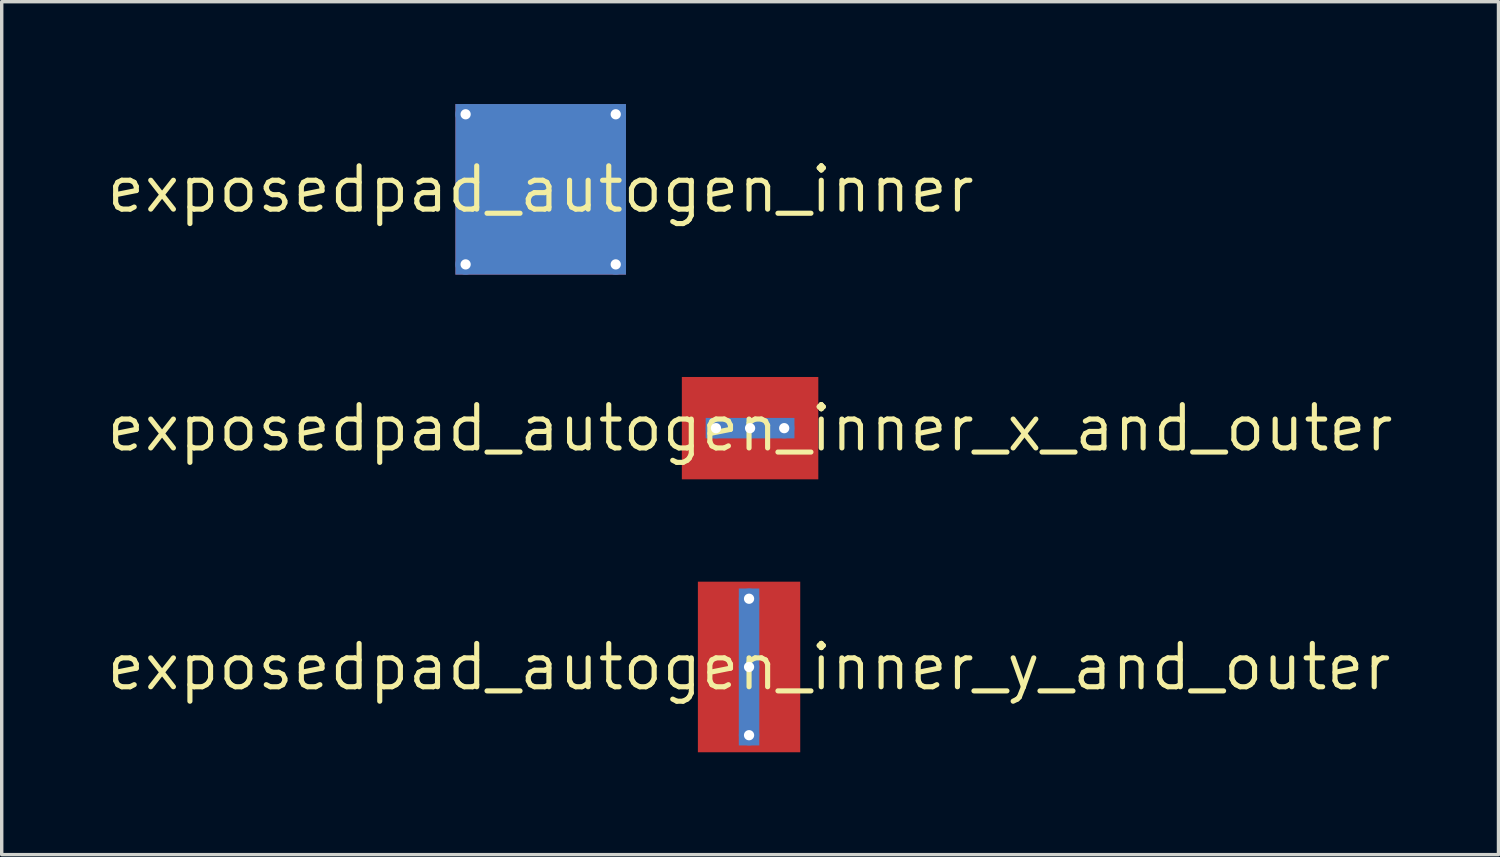
<source format=kicad_pcb>
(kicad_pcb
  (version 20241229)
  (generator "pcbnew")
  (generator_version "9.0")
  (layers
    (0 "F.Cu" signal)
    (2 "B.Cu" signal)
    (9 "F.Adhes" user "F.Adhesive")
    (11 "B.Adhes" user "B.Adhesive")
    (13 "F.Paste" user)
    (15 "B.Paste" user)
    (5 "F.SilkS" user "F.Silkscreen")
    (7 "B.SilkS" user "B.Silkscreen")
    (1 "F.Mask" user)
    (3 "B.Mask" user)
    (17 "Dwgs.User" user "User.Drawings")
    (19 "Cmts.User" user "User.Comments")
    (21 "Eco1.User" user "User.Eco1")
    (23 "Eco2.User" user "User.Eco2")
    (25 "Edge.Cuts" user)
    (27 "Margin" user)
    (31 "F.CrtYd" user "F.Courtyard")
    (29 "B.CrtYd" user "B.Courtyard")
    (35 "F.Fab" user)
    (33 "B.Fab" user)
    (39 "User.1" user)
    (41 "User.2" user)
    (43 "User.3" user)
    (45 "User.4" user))
  (footprint "exposedpad_autogen_inner"
    (layer "F.Cu")
    (at 12.798 2.5)
    (property "Reference" "exposedpad_autogen_inner" (at 0 0 0) (layer "F.SilkS") (effects (font (size 1.27 1.27) (thickness 0.15))))
    (attr smd)
    (pad "" smd custom (at -1.467 -1.467) (size 1.231 1.231) (layers "F.Paste") (options (anchor circle)) (primitives (gr_poly (pts (xy -0.672 -0.512) (xy -0.512 -0.672) (xy 0.672 -0.672) (xy 0.672 0.672) (xy -0.672 0.672)) (width 0) (fill yes))))
    (pad "" smd rect (at -1.467 0) (size 1.344 1.344) (layers "F.Paste"))
    (pad "" smd custom (at -1.467 1.467) (size 1.231 1.231) (layers "F.Paste") (options (anchor circle)) (primitives (gr_poly (pts (xy -0.672 -0.672) (xy 0.672 -0.672) (xy 0.672 0.672) (xy -0.512 0.672) (xy -0.672 0.512)) (width 0) (fill yes))))
    (pad "" smd rect (at 0 -1.467) (size 1.344 1.344) (layers "F.Paste"))
    (pad "" smd rect (at 0 0) (size 1.344 1.344) (layers "F.Paste"))
    (pad "" smd rect (at 0 1.467) (size 1.344 1.344) (layers "F.Paste"))
    (pad "" smd custom (at 1.467 -1.467) (size 1.231 1.231) (layers "F.Paste") (options (anchor circle)) (primitives (gr_poly (pts (xy -0.672 -0.672) (xy 0.512 -0.672) (xy 0.672 -0.512) (xy 0.672 0.672) (xy -0.672 0.672)) (width 0) (fill yes))))
    (pad "" smd rect (at 1.467 0) (size 1.344 1.344) (layers "F.Paste"))
    (pad "" smd custom (at 1.467 1.467) (size 1.231 1.231) (layers "F.Paste") (options (anchor circle)) (primitives (gr_poly (pts (xy -0.672 -0.672) (xy 0.672 -0.672) (xy 0.672 0.512) (xy 0.512 0.672) (xy -0.672 0.672)) (width 0) (fill yes))))
    (pad "3" thru_hole circle (at -2.2 -2.2) (size 0.6 0.6) (drill 0.3) (property pad_prop_heatsink) (layers "*.Cu"))
    (pad "3" thru_hole circle (at -2.2 2.2) (size 0.6 0.6) (drill 0.3) (property pad_prop_heatsink) (layers "*.Cu"))
    (pad "3" smd rect (at 0 0) (size 5 5) (property pad_prop_heatsink) (layers "F.Cu" "F.Mask"))
    (pad "3" smd rect (at 0 0) (size 5 5) (property pad_prop_heatsink) (layers "B.Cu"))
    (pad "3" thru_hole circle (at 2.2 -2.2) (size 0.6 0.6) (drill 0.3) (property pad_prop_heatsink) (layers "*.Cu"))
    (pad "3" thru_hole circle (at 2.2 2.2) (size 0.6 0.6) (drill 0.3) (property pad_prop_heatsink) (layers "*.Cu")))
  (footprint "exposedpad_autogen_inner_x_and_outer"
    (layer "F.Cu")
    (at 18.936 9.5)
    (property "Reference" "exposedpad_autogen_inner_x_and_outer" (at 0 0 0) (layer "F.SilkS") (effects (font (size 1.27 1.27) (thickness 0.15))))
    (attr smd)
    (pad "" smd rect (at -1.5 -1.125) (size 0.806 0.605) (layers "F.Paste"))
    (pad "" smd custom (at -1.5 -0.375) (size 0.575 0.575) (layers "F.Paste") (options (anchor circle)) (primitives (gr_poly (pts (xy -0.403 -0.302) (xy 0.403 -0.302) (xy 0.403 0.26) (xy 0.361 0.302) (xy -0.403 0.302)) (width 0) (fill yes))))
    (pad "" smd custom (at -1.5 0.375) (size 0.575 0.575) (layers "F.Paste") (options (anchor circle)) (primitives (gr_poly (pts (xy -0.403 -0.302) (xy 0.361 -0.302) (xy 0.403 -0.26) (xy 0.403 0.302) (xy -0.403 0.302)) (width 0) (fill yes))))
    (pad "" smd rect (at -1.5 1.125) (size 0.806 0.605) (layers "F.Paste"))
    (pad "" smd rect (at -0.75 -1.125) (size 0.403 0.605) (layers "F.Paste"))
    (pad "" smd custom (at -0.75 -0.375) (size 0.339 0.339) (layers "F.Paste") (options (anchor circle)) (primitives (gr_poly (pts (xy -0.202 -0.302) (xy 0.202 -0.302) (xy 0.202 0.302) (xy -0.111 0.302) (xy -0.202 0.211)) (width 0) (fill yes))))
    (pad "" smd custom (at -0.75 0.375) (size 0.339 0.339) (layers "F.Paste") (options (anchor circle)) (primitives (gr_poly (pts (xy -0.202 -0.211) (xy -0.111 -0.302) (xy 0.202 -0.302) (xy 0.202 0.302) (xy -0.202 0.302)) (width 0) (fill yes))))
    (pad "" smd rect (at -0.75 1.125) (size 0.403 0.605) (layers "F.Paste"))
    (pad "" smd rect (at -0.25 -1.125) (size 0.403 0.605) (layers "F.Paste"))
    (pad "" smd custom (at -0.25 -0.375) (size 0.339 0.339) (layers "F.Paste") (options (anchor circle)) (primitives (gr_poly (pts (xy -0.202 -0.302) (xy 0.202 -0.302) (xy 0.202 0.211) (xy 0.111 0.302) (xy -0.202 0.302)) (width 0) (fill yes))))
    (pad "" smd custom (at -0.25 0.375) (size 0.339 0.339) (layers "F.Paste") (options (anchor circle)) (primitives (gr_poly (pts (xy -0.202 -0.302) (xy 0.111 -0.302) (xy 0.202 -0.211) (xy 0.202 0.302) (xy -0.202 0.302)) (width 0) (fill yes))))
    (pad "" smd rect (at -0.25 1.125) (size 0.403 0.605) (layers "F.Paste"))
    (pad "" smd rect (at 0.25 -1.125) (size 0.403 0.605) (layers "F.Paste"))
    (pad "" smd custom (at 0.25 -0.375) (size 0.339 0.339) (layers "F.Paste") (options (anchor circle)) (primitives (gr_poly (pts (xy -0.202 -0.302) (xy 0.202 -0.302) (xy 0.202 0.302) (xy -0.111 0.302) (xy -0.202 0.211)) (width 0) (fill yes))))
    (pad "" smd custom (at 0.25 0.375) (size 0.339 0.339) (layers "F.Paste") (options (anchor circle)) (primitives (gr_poly (pts (xy -0.202 -0.211) (xy -0.111 -0.302) (xy 0.202 -0.302) (xy 0.202 0.302) (xy -0.202 0.302)) (width 0) (fill yes))))
    (pad "" smd rect (at 0.25 1.125) (size 0.403 0.605) (layers "F.Paste"))
    (pad "" smd rect (at 0.75 -1.125) (size 0.403 0.605) (layers "F.Paste"))
    (pad "" smd custom (at 0.75 -0.375) (size 0.339 0.339) (layers "F.Paste") (options (anchor circle)) (primitives (gr_poly (pts (xy -0.202 -0.302) (xy 0.202 -0.302) (xy 0.202 0.211) (xy 0.111 0.302) (xy -0.202 0.302)) (width 0) (fill yes))))
    (pad "" smd custom (at 0.75 0.375) (size 0.339 0.339) (layers "F.Paste") (options (anchor circle)) (primitives (gr_poly (pts (xy -0.202 -0.302) (xy 0.111 -0.302) (xy 0.202 -0.211) (xy 0.202 0.302) (xy -0.202 0.302)) (width 0) (fill yes))))
    (pad "" smd rect (at 0.75 1.125) (size 0.403 0.605) (layers "F.Paste"))
    (pad "" smd rect (at 1.5 -1.125) (size 0.806 0.605) (layers "F.Paste"))
    (pad "" smd custom (at 1.5 -0.375) (size 0.575 0.575) (layers "F.Paste") (options (anchor circle)) (primitives (gr_poly (pts (xy -0.403 -0.302) (xy 0.403 -0.302) (xy 0.403 0.302) (xy -0.361 0.302) (xy -0.403 0.26)) (width 0) (fill yes))))
    (pad "" smd custom (at 1.5 0.375) (size 0.575 0.575) (layers "F.Paste") (options (anchor circle)) (primitives (gr_poly (pts (xy -0.403 -0.26) (xy -0.361 -0.302) (xy 0.403 -0.302) (xy 0.403 0.302) (xy -0.403 0.302)) (width 0) (fill yes))))
    (pad "" smd rect (at 1.5 1.125) (size 0.806 0.605) (layers "F.Paste"))
    (pad "3" thru_hole circle (at -1 0) (size 0.6 0.6) (drill 0.3) (property pad_prop_heatsink) (layers "*.Cu"))
    (pad "3" thru_hole circle (at 0 0) (size 0.6 0.6) (drill 0.3) (property pad_prop_heatsink) (layers "*.Cu"))
    (pad "3" smd rect (at 0 0) (size 2.6 0.6) (property pad_prop_heatsink) (layers "B.Cu"))
    (pad "3" smd rect (at 0 0) (size 4 3) (property pad_prop_heatsink) (layers "F.Cu" "F.Mask"))
    (pad "3" thru_hole circle (at 1 0) (size 0.6 0.6) (drill 0.3) (property pad_prop_heatsink) (layers "*.Cu")))
  (footprint "exposedpad_autogen_inner_y_and_outer"
    (layer "F.Cu")
    (at 18.906 16.5)
    (property "Reference" "exposedpad_autogen_inner_y_and_outer" (at 0 0 0) (layer "F.SilkS") (effects (font (size 1.27 1.27) (thickness 0.15))))
    (attr smd)
    (pad "" smd rect (at -1.125 -2.25) (size 0.605 0.403) (layers "F.Paste"))
    (pad "" smd rect (at -1.125 -1.5) (size 0.605 0.806) (layers "F.Paste"))
    (pad "" smd rect (at -1.125 -0.5) (size 0.605 0.806) (layers "F.Paste"))
    (pad "" smd rect (at -1.125 0.5) (size 0.605 0.806) (layers "F.Paste"))
    (pad "" smd rect (at -1.125 1.5) (size 0.605 0.806) (layers "F.Paste"))
    (pad "" smd rect (at -1.125 2.25) (size 0.605 0.403) (layers "F.Paste"))
    (pad "" smd custom (at -0.375 -2.25) (size 0.189 0.189) (layers "F.Paste") (options (anchor circle)) (primitives (gr_poly (pts (xy -0.302 -0.202) (xy 0.302 -0.202) (xy 0.302 -0.102) (xy -0.001 0.202) (xy -0.302 0.202)) (width 0) (fill yes))))
    (pad "" smd custom (at -0.375 -1.5) (size 0.425 0.425) (layers "F.Paste") (options (anchor circle)) (primitives (gr_poly (pts (xy -0.302 -0.403) (xy 0.048 -0.403) (xy 0.302 -0.148) (xy 0.302 0.403) (xy -0.302 0.403)) (width 0) (fill yes))))
    (pad "" smd custom (at -0.375 -0.5) (size 0.425 0.425) (layers "F.Paste") (options (anchor circle)) (primitives (gr_poly (pts (xy -0.302 -0.403) (xy 0.302 -0.403) (xy 0.302 0.148) (xy 0.048 0.403) (xy -0.302 0.403)) (width 0) (fill yes))))
    (pad "" smd custom (at -0.375 0.5) (size 0.425 0.425) (layers "F.Paste") (options (anchor circle)) (primitives (gr_poly (pts (xy -0.302 -0.403) (xy 0.048 -0.403) (xy 0.302 -0.148) (xy 0.302 0.403) (xy -0.302 0.403)) (width 0) (fill yes))))
    (pad "" smd custom (at -0.375 1.5) (size 0.425 0.425) (layers "F.Paste") (options (anchor circle)) (primitives (gr_poly (pts (xy -0.302 -0.403) (xy 0.302 -0.403) (xy 0.302 0.148) (xy 0.048 0.403) (xy -0.302 0.403)) (width 0) (fill yes))))
    (pad "" smd custom (at -0.375 2.25) (size 0.189 0.189) (layers "F.Paste") (options (anchor circle)) (primitives (gr_poly (pts (xy -0.302 -0.202) (xy -0.001 -0.202) (xy 0.302 0.102) (xy 0.302 0.202) (xy -0.302 0.202)) (width 0) (fill yes))))
    (pad "" smd custom (at 0.375 -2.25) (size 0.189 0.189) (layers "F.Paste") (options (anchor circle)) (primitives (gr_poly (pts (xy -0.302 -0.202) (xy 0.302 -0.202) (xy 0.302 0.202) (xy 0.001 0.202) (xy -0.302 -0.102)) (width 0) (fill yes))))
    (pad "" smd custom (at 0.375 -1.5) (size 0.425 0.425) (layers "F.Paste") (options (anchor circle)) (primitives (gr_poly (pts (xy -0.302 -0.148) (xy -0.048 -0.403) (xy 0.302 -0.403) (xy 0.302 0.403) (xy -0.302 0.403)) (width 0) (fill yes))))
    (pad "" smd custom (at 0.375 -0.5) (size 0.425 0.425) (layers "F.Paste") (options (anchor circle)) (primitives (gr_poly (pts (xy -0.302 -0.403) (xy 0.302 -0.403) (xy 0.302 0.403) (xy -0.048 0.403) (xy -0.302 0.148)) (width 0) (fill yes))))
    (pad "" smd custom (at 0.375 0.5) (size 0.425 0.425) (layers "F.Paste") (options (anchor circle)) (primitives (gr_poly (pts (xy -0.302 -0.148) (xy -0.048 -0.403) (xy 0.302 -0.403) (xy 0.302 0.403) (xy -0.302 0.403)) (width 0) (fill yes))))
    (pad "" smd custom (at 0.375 1.5) (size 0.425 0.425) (layers "F.Paste") (options (anchor circle)) (primitives (gr_poly (pts (xy -0.302 -0.403) (xy 0.302 -0.403) (xy 0.302 0.403) (xy -0.048 0.403) (xy -0.302 0.148)) (width 0) (fill yes))))
    (pad "" smd custom (at 0.375 2.25) (size 0.189 0.189) (layers "F.Paste") (options (anchor circle)) (primitives (gr_poly (pts (xy -0.302 0.102) (xy 0.001 -0.202) (xy 0.302 -0.202) (xy 0.302 0.202) (xy -0.302 0.202)) (width 0) (fill yes))))
    (pad "" smd rect (at 1.125 -2.25) (size 0.605 0.403) (layers "F.Paste"))
    (pad "" smd rect (at 1.125 -1.5) (size 0.605 0.806) (layers "F.Paste"))
    (pad "" smd rect (at 1.125 -0.5) (size 0.605 0.806) (layers "F.Paste"))
    (pad "" smd rect (at 1.125 0.5) (size 0.605 0.806) (layers "F.Paste"))
    (pad "" smd rect (at 1.125 1.5) (size 0.605 0.806) (layers "F.Paste"))
    (pad "" smd rect (at 1.125 2.25) (size 0.605 0.403) (layers "F.Paste"))
    (pad "3" thru_hole circle (at 0 -2) (size 0.6 0.6) (drill 0.3) (property pad_prop_heatsink) (layers "*.Cu"))
    (pad "3" thru_hole circle (at 0 0) (size 0.6 0.6) (drill 0.3) (property pad_prop_heatsink) (layers "*.Cu"))
    (pad "3" smd rect (at 0 0) (size 0.6 4.6) (property pad_prop_heatsink) (layers "B.Cu"))
    (pad "3" smd rect (at 0 0) (size 3 5) (property pad_prop_heatsink) (layers "F.Cu" "F.Mask"))
    (pad "3" thru_hole circle (at 0 2) (size 0.6 0.6) (drill 0.3) (property pad_prop_heatsink) (layers "*.Cu")))
  (gr_rect
    (start -3 -3)
    (end 40.873 22)
    (stroke (width 0.1) (type default))
    (fill no)
    (layer "Edge.Cuts")))
</source>
